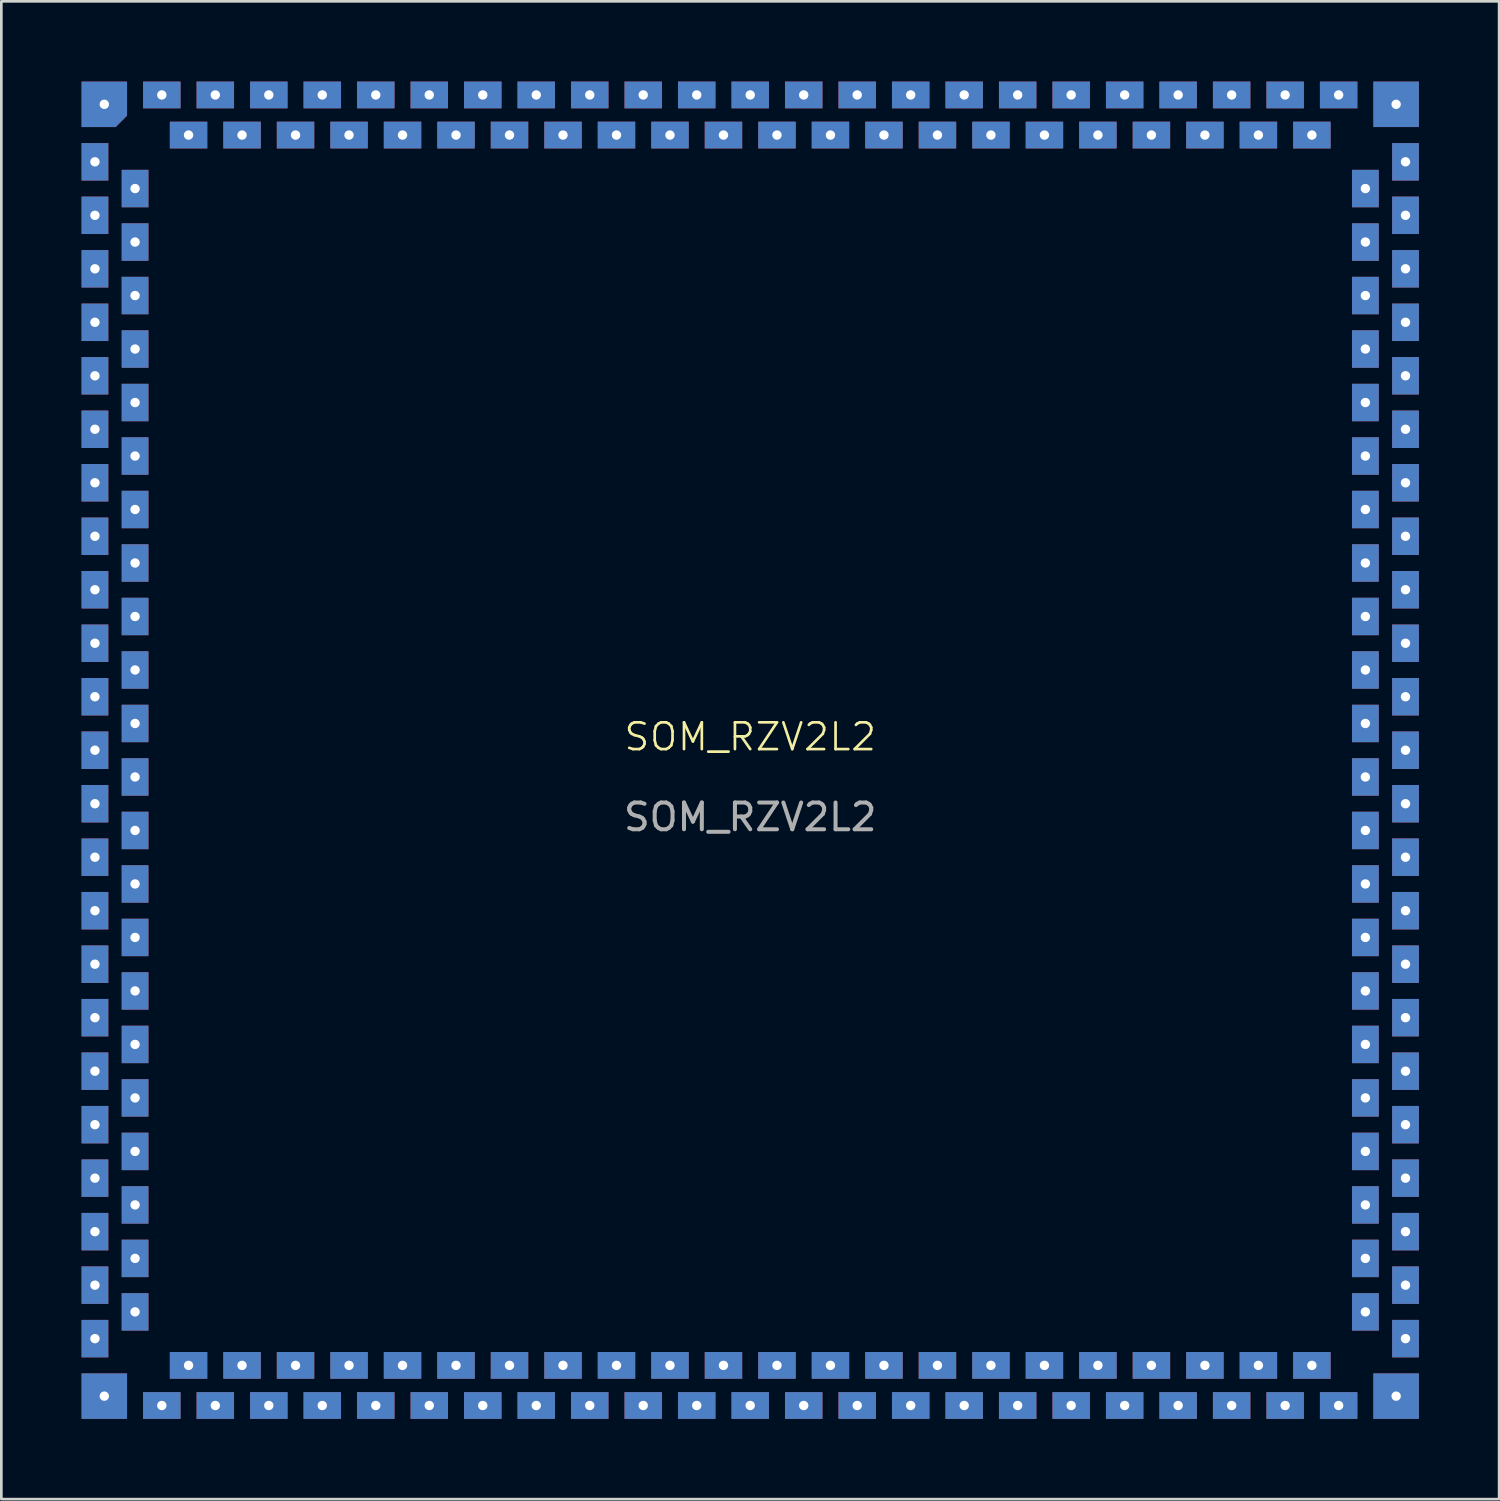
<source format=kicad_pcb>
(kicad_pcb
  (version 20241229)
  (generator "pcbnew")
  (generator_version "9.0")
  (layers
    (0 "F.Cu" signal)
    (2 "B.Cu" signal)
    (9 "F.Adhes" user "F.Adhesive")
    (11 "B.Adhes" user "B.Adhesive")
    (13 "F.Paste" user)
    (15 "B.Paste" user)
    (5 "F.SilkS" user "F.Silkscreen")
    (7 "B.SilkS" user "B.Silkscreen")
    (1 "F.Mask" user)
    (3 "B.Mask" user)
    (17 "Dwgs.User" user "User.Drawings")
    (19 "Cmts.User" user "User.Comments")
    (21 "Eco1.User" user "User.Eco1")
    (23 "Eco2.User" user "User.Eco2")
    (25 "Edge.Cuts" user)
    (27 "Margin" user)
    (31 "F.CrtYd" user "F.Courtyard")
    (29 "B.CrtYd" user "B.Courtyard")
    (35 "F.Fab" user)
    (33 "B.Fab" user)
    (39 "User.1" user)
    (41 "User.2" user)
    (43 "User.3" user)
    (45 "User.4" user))
  (footprint "SOM_RZV2L2"
    (layer "F.Cu")
    (at 25 25)
    (property "Reference" "SOM_RZV2L2" (at 0 -0.5 0) (unlocked yes) (layer "F.SilkS") (effects (font (size 1 1) (thickness 0.1))))
    (attr smd)
    (fp_text user "${REFERENCE}" (at 0 2.5 0) (unlocked yes) (layer "F.Fab") (effects (font (size 1 1) (thickness 0.15))))
    (pad "1" thru_hole circle (at -24.15 -24.15) (size 0.6 0.6) (drill 0.35) (layers "*.Cu" "*.Mask"))
    (pad "1" smd roundrect (at -24.15 -24.15) (size 1.7 1.7) (layers "F.Cu" "F.Mask" "F.Paste") (roundrect_rratio 0) (chamfer_ratio 0.25) (chamfer bottom_right))
    (pad "1" smd roundrect (at -24.15 -24.15) (size 1.7 1.7) (layers "B.Cu" "B.Mask") (roundrect_rratio 0) (chamfer_ratio 0.25) (chamfer bottom_right))
    (pad "2" thru_hole circle (at -24.5 -22) (size 0.6 0.6) (drill 0.35) (layers "*.Cu" "*.Mask"))
    (pad "2" smd rect (at -24.5 -22) (size 1 1.4) (layers "F.Cu" "F.Mask" "F.Paste"))
    (pad "2" smd rect (at -24.5 -22) (size 1 1.4) (layers "B.Cu" "B.Mask"))
    (pad "3" thru_hole circle (at -24.5 -20) (size 0.6 0.6) (drill 0.35) (layers "*.Cu" "*.Mask"))
    (pad "3" smd rect (at -24.5 -20) (size 1 1.4) (layers "F.Cu" "F.Mask" "F.Paste"))
    (pad "3" smd rect (at -24.5 -20) (size 1 1.4) (layers "B.Cu" "B.Mask"))
    (pad "4" thru_hole circle (at -24.5 -18) (size 0.6 0.6) (drill 0.35) (layers "*.Cu" "*.Mask"))
    (pad "4" smd rect (at -24.5 -18) (size 1 1.4) (layers "F.Cu" "F.Mask" "F.Paste"))
    (pad "4" smd rect (at -24.5 -18) (size 1 1.4) (layers "B.Cu" "B.Mask"))
    (pad "5" thru_hole circle (at -24.5 -16) (size 0.6 0.6) (drill 0.35) (layers "*.Cu" "*.Mask"))
    (pad "5" smd rect (at -24.5 -16) (size 1 1.4) (layers "F.Cu" "F.Mask" "F.Paste"))
    (pad "5" smd rect (at -24.5 -16) (size 1 1.4) (layers "B.Cu" "B.Mask"))
    (pad "6" thru_hole circle (at -24.5 -14) (size 0.6 0.6) (drill 0.35) (layers "*.Cu" "*.Mask"))
    (pad "6" smd rect (at -24.5 -14) (size 1 1.4) (layers "F.Cu" "F.Mask" "F.Paste"))
    (pad "6" smd rect (at -24.5 -14) (size 1 1.4) (layers "B.Cu" "B.Mask"))
    (pad "7" thru_hole circle (at -24.5 -12) (size 0.6 0.6) (drill 0.35) (layers "*.Cu" "*.Mask"))
    (pad "7" smd rect (at -24.5 -12) (size 1 1.4) (layers "F.Cu" "F.Mask" "F.Paste"))
    (pad "7" smd rect (at -24.5 -12) (size 1 1.4) (layers "B.Cu" "B.Mask"))
    (pad "8" thru_hole circle (at -24.5 -10) (size 0.6 0.6) (drill 0.35) (layers "*.Cu" "*.Mask"))
    (pad "8" smd rect (at -24.5 -10) (size 1 1.4) (layers "F.Cu" "F.Mask" "F.Paste"))
    (pad "8" smd rect (at -24.5 -10) (size 1 1.4) (layers "B.Cu" "B.Mask"))
    (pad "9" thru_hole circle (at -24.5 -8) (size 0.6 0.6) (drill 0.35) (layers "*.Cu" "*.Mask"))
    (pad "9" smd rect (at -24.5 -8) (size 1 1.4) (layers "F.Cu" "F.Mask" "F.Paste"))
    (pad "9" smd rect (at -24.5 -8) (size 1 1.4) (layers "B.Cu" "B.Mask"))
    (pad "10" thru_hole circle (at -24.5 -6) (size 0.6 0.6) (drill 0.35) (layers "*.Cu" "*.Mask"))
    (pad "10" smd rect (at -24.5 -6) (size 1 1.4) (layers "F.Cu" "F.Mask" "F.Paste"))
    (pad "10" smd rect (at -24.5 -6) (size 1 1.4) (layers "B.Cu" "B.Mask"))
    (pad "11" thru_hole circle (at -24.5 -4) (size 0.6 0.6) (drill 0.35) (layers "*.Cu" "*.Mask"))
    (pad "11" smd rect (at -24.5 -4) (size 1 1.4) (layers "F.Cu" "F.Mask" "F.Paste"))
    (pad "11" smd rect (at -24.5 -4) (size 1 1.4) (layers "B.Cu" "B.Mask"))
    (pad "12" thru_hole circle (at -24.5 -2) (size 0.6 0.6) (drill 0.35) (layers "*.Cu" "*.Mask"))
    (pad "12" smd rect (at -24.5 -2) (size 1 1.4) (layers "F.Cu" "F.Mask" "F.Paste"))
    (pad "12" smd rect (at -24.5 -2) (size 1 1.4) (layers "B.Cu" "B.Mask"))
    (pad "13" thru_hole circle (at -24.5 0) (size 0.6 0.6) (drill 0.35) (layers "*.Cu" "*.Mask"))
    (pad "13" smd rect (at -24.5 0) (size 1 1.4) (layers "F.Cu" "F.Mask" "F.Paste"))
    (pad "13" smd rect (at -24.5 0) (size 1 1.4) (layers "B.Cu" "B.Mask"))
    (pad "14" thru_hole circle (at -24.5 2) (size 0.6 0.6) (drill 0.35) (layers "*.Cu" "*.Mask"))
    (pad "14" smd rect (at -24.5 2) (size 1 1.4) (layers "F.Cu" "F.Mask" "F.Paste"))
    (pad "14" smd rect (at -24.5 2) (size 1 1.4) (layers "B.Cu" "B.Mask"))
    (pad "15" thru_hole circle (at -24.5 4) (size 0.6 0.6) (drill 0.35) (layers "*.Cu" "*.Mask"))
    (pad "15" smd rect (at -24.5 4) (size 1 1.4) (layers "F.Cu" "F.Mask" "F.Paste"))
    (pad "15" smd rect (at -24.5 4) (size 1 1.4) (layers "B.Cu" "B.Mask"))
    (pad "16" thru_hole circle (at -24.5 6) (size 0.6 0.6) (drill 0.35) (layers "*.Cu" "*.Mask"))
    (pad "16" smd rect (at -24.5 6) (size 1 1.4) (layers "F.Cu" "F.Mask" "F.Paste"))
    (pad "16" smd rect (at -24.5 6) (size 1 1.4) (layers "B.Cu" "B.Mask"))
    (pad "17" thru_hole circle (at -24.5 8) (size 0.6 0.6) (drill 0.35) (layers "*.Cu" "*.Mask"))
    (pad "17" smd rect (at -24.5 8) (size 1 1.4) (layers "F.Cu" "F.Mask" "F.Paste"))
    (pad "17" smd rect (at -24.5 8) (size 1 1.4) (layers "B.Cu" "B.Mask"))
    (pad "18" thru_hole circle (at -24.5 10) (size 0.6 0.6) (drill 0.35) (layers "*.Cu" "*.Mask"))
    (pad "18" smd rect (at -24.5 10) (size 1 1.4) (layers "F.Cu" "F.Mask" "F.Paste"))
    (pad "18" smd rect (at -24.5 10) (size 1 1.4) (layers "B.Cu" "B.Mask"))
    (pad "19" thru_hole circle (at -24.5 12) (size 0.6 0.6) (drill 0.35) (layers "*.Cu" "*.Mask"))
    (pad "19" smd rect (at -24.5 12) (size 1 1.4) (layers "F.Cu" "F.Mask" "F.Paste"))
    (pad "19" smd rect (at -24.5 12) (size 1 1.4) (layers "B.Cu" "B.Mask"))
    (pad "20" thru_hole circle (at -24.5 14) (size 0.6 0.6) (drill 0.35) (layers "*.Cu" "*.Mask"))
    (pad "20" smd rect (at -24.5 14) (size 1 1.4) (layers "F.Cu" "F.Mask" "F.Paste"))
    (pad "20" smd rect (at -24.5 14) (size 1 1.4) (layers "B.Cu" "B.Mask"))
    (pad "21" thru_hole circle (at -24.5 16) (size 0.6 0.6) (drill 0.35) (layers "*.Cu" "*.Mask"))
    (pad "21" smd rect (at -24.5 16) (size 1 1.4) (layers "F.Cu" "F.Mask" "F.Paste"))
    (pad "21" smd rect (at -24.5 16) (size 1 1.4) (layers "B.Cu" "B.Mask"))
    (pad "22" thru_hole circle (at -24.5 18) (size 0.6 0.6) (drill 0.35) (layers "*.Cu" "*.Mask"))
    (pad "22" smd rect (at -24.5 18) (size 1 1.4) (layers "F.Cu" "F.Mask" "F.Paste"))
    (pad "22" smd rect (at -24.5 18) (size 1 1.4) (layers "B.Cu" "B.Mask"))
    (pad "23" thru_hole circle (at -24.5 20) (size 0.6 0.6) (drill 0.35) (layers "*.Cu" "*.Mask"))
    (pad "23" smd rect (at -24.5 20) (size 1 1.4) (layers "F.Cu" "F.Mask" "F.Paste"))
    (pad "23" smd rect (at -24.5 20) (size 1 1.4) (layers "B.Cu" "B.Mask"))
    (pad "24" thru_hole circle (at -24.5 22) (size 0.6 0.6) (drill 0.35) (layers "*.Cu" "*.Mask"))
    (pad "24" smd rect (at -24.5 22) (size 1 1.4) (layers "F.Cu" "F.Mask" "F.Paste"))
    (pad "24" smd rect (at -24.5 22) (size 1 1.4) (layers "B.Cu" "B.Mask"))
    (pad "25" thru_hole circle (at -24.15 24.15) (size 0.6 0.6) (drill 0.35) (layers "*.Cu" "*.Mask"))
    (pad "25" smd rect (at -24.15 24.15) (size 1.7 1.7) (layers "F.Cu" "F.Mask" "F.Paste"))
    (pad "25" smd rect (at -24.15 24.15) (size 1.7 1.7) (layers "B.Cu" "B.Mask"))
    (pad "26" thru_hole circle (at -22 24.5) (size 0.6 0.6) (drill 0.35) (layers "*.Cu" "*.Mask"))
    (pad "26" smd rect (at -22 24.5) (size 1.4 1) (layers "F.Cu" "F.Mask" "F.Paste"))
    (pad "26" smd rect (at -22 24.5) (size 1.4 1) (layers "B.Cu" "B.Mask"))
    (pad "27" thru_hole circle (at -20 24.5) (size 0.6 0.6) (drill 0.35) (layers "*.Cu" "*.Mask"))
    (pad "27" smd rect (at -20 24.5) (size 1.4 1) (layers "F.Cu" "F.Mask" "F.Paste"))
    (pad "27" smd rect (at -20 24.5) (size 1.4 1) (layers "B.Cu" "B.Mask"))
    (pad "28" thru_hole circle (at -18 24.5) (size 0.6 0.6) (drill 0.35) (layers "*.Cu" "*.Mask"))
    (pad "28" smd rect (at -18 24.5) (size 1.4 1) (layers "F.Cu" "F.Mask" "F.Paste"))
    (pad "28" smd rect (at -18 24.5) (size 1.4 1) (layers "B.Cu" "B.Mask"))
    (pad "29" thru_hole circle (at -16 24.5) (size 0.6 0.6) (drill 0.35) (layers "*.Cu" "*.Mask"))
    (pad "29" smd rect (at -16 24.5) (size 1.4 1) (layers "F.Cu" "F.Mask" "F.Paste"))
    (pad "29" smd rect (at -16 24.5) (size 1.4 1) (layers "B.Cu" "B.Mask"))
    (pad "30" thru_hole circle (at -14 24.5) (size 0.6 0.6) (drill 0.35) (layers "*.Cu" "*.Mask"))
    (pad "30" smd rect (at -14 24.5) (size 1.4 1) (layers "F.Cu" "F.Mask" "F.Paste"))
    (pad "30" smd rect (at -14 24.5) (size 1.4 1) (layers "B.Cu" "B.Mask"))
    (pad "31" thru_hole circle (at -12 24.5) (size 0.6 0.6) (drill 0.35) (layers "*.Cu" "*.Mask"))
    (pad "31" smd rect (at -12 24.5) (size 1.4 1) (layers "F.Cu" "F.Mask" "F.Paste"))
    (pad "31" smd rect (at -12 24.5) (size 1.4 1) (layers "B.Cu" "B.Mask"))
    (pad "32" thru_hole circle (at -10 24.5) (size 0.6 0.6) (drill 0.35) (layers "*.Cu" "*.Mask"))
    (pad "32" smd rect (at -10 24.5) (size 1.4 1) (layers "F.Cu" "F.Mask" "F.Paste"))
    (pad "32" smd rect (at -10 24.5) (size 1.4 1) (layers "B.Cu" "B.Mask"))
    (pad "33" thru_hole circle (at -8 24.5) (size 0.6 0.6) (drill 0.35) (layers "*.Cu" "*.Mask"))
    (pad "33" smd rect (at -8 24.5) (size 1.4 1) (layers "F.Cu" "F.Mask" "F.Paste"))
    (pad "33" smd rect (at -8 24.5) (size 1.4 1) (layers "B.Cu" "B.Mask"))
    (pad "34" thru_hole circle (at -6 24.5) (size 0.6 0.6) (drill 0.35) (layers "*.Cu" "*.Mask"))
    (pad "34" smd rect (at -6 24.5) (size 1.4 1) (layers "F.Cu" "F.Mask" "F.Paste"))
    (pad "34" smd rect (at -6 24.5) (size 1.4 1) (layers "B.Cu" "B.Mask"))
    (pad "35" thru_hole circle (at -4 24.5) (size 0.6 0.6) (drill 0.35) (layers "*.Cu" "*.Mask"))
    (pad "35" smd rect (at -4 24.5) (size 1.4 1) (layers "F.Cu" "F.Mask" "F.Paste"))
    (pad "35" smd rect (at -4 24.5) (size 1.4 1) (layers "B.Cu" "B.Mask"))
    (pad "36" thru_hole circle (at -2 24.5) (size 0.6 0.6) (drill 0.35) (layers "*.Cu" "*.Mask"))
    (pad "36" smd rect (at -2 24.5) (size 1.4 1) (layers "F.Cu" "F.Mask" "F.Paste"))
    (pad "36" smd rect (at -2 24.5) (size 1.4 1) (layers "B.Cu" "B.Mask"))
    (pad "37" thru_hole circle (at 0 24.5) (size 0.6 0.6) (drill 0.35) (layers "*.Cu" "*.Mask"))
    (pad "37" smd rect (at 0 24.5) (size 1.4 1) (layers "F.Cu" "F.Mask" "F.Paste"))
    (pad "37" smd rect (at 0 24.5) (size 1.4 1) (layers "B.Cu" "B.Mask"))
    (pad "38" thru_hole circle (at 2 24.5) (size 0.6 0.6) (drill 0.35) (layers "*.Cu" "*.Mask"))
    (pad "38" smd rect (at 2 24.5) (size 1.4 1) (layers "F.Cu" "F.Mask" "F.Paste"))
    (pad "38" smd rect (at 2 24.5) (size 1.4 1) (layers "B.Cu" "B.Mask"))
    (pad "39" thru_hole circle (at 4 24.5) (size 0.6 0.6) (drill 0.35) (layers "*.Cu" "*.Mask"))
    (pad "39" smd rect (at 4 24.5) (size 1.4 1) (layers "F.Cu" "F.Mask" "F.Paste"))
    (pad "39" smd rect (at 4 24.5) (size 1.4 1) (layers "B.Cu" "B.Mask"))
    (pad "40" thru_hole circle (at 6 24.5) (size 0.6 0.6) (drill 0.35) (layers "*.Cu" "*.Mask"))
    (pad "40" smd rect (at 6 24.5) (size 1.4 1) (layers "F.Cu" "F.Mask" "F.Paste"))
    (pad "40" smd rect (at 6 24.5) (size 1.4 1) (layers "B.Cu" "B.Mask"))
    (pad "41" thru_hole circle (at 8 24.5) (size 0.6 0.6) (drill 0.35) (layers "*.Cu" "*.Mask"))
    (pad "41" smd rect (at 8 24.5) (size 1.4 1) (layers "F.Cu" "F.Mask" "F.Paste"))
    (pad "41" smd rect (at 8 24.5) (size 1.4 1) (layers "B.Cu" "B.Mask"))
    (pad "42" thru_hole circle (at 10 24.5) (size 0.6 0.6) (drill 0.35) (layers "*.Cu" "*.Mask"))
    (pad "42" smd rect (at 10 24.5) (size 1.4 1) (layers "F.Cu" "F.Mask" "F.Paste"))
    (pad "42" smd rect (at 10 24.5) (size 1.4 1) (layers "B.Cu" "B.Mask"))
    (pad "43" thru_hole circle (at 12 24.5) (size 0.6 0.6) (drill 0.35) (layers "*.Cu" "*.Mask"))
    (pad "43" smd rect (at 12 24.5) (size 1.4 1) (layers "F.Cu" "F.Mask" "F.Paste"))
    (pad "43" smd rect (at 12 24.5) (size 1.4 1) (layers "B.Cu" "B.Mask"))
    (pad "44" thru_hole circle (at 14 24.5) (size 0.6 0.6) (drill 0.35) (layers "*.Cu" "*.Mask"))
    (pad "44" smd rect (at 14 24.5) (size 1.4 1) (layers "F.Cu" "F.Mask" "F.Paste"))
    (pad "44" smd rect (at 14 24.5) (size 1.4 1) (layers "B.Cu" "B.Mask"))
    (pad "45" thru_hole circle (at 16 24.5) (size 0.6 0.6) (drill 0.35) (layers "*.Cu" "*.Mask"))
    (pad "45" smd rect (at 16 24.5) (size 1.4 1) (layers "F.Cu" "F.Mask" "F.Paste"))
    (pad "45" smd rect (at 16 24.5) (size 1.4 1) (layers "B.Cu" "B.Mask"))
    (pad "46" thru_hole circle (at 18 24.5) (size 0.6 0.6) (drill 0.35) (layers "*.Cu" "*.Mask"))
    (pad "46" smd rect (at 18 24.5) (size 1.4 1) (layers "F.Cu" "F.Mask" "F.Paste"))
    (pad "46" smd rect (at 18 24.5) (size 1.4 1) (layers "B.Cu" "B.Mask"))
    (pad "47" thru_hole circle (at 20 24.5) (size 0.6 0.6) (drill 0.35) (layers "*.Cu" "*.Mask"))
    (pad "47" smd rect (at 20 24.5) (size 1.4 1) (layers "F.Cu" "F.Mask" "F.Paste"))
    (pad "47" smd rect (at 20 24.5) (size 1.4 1) (layers "B.Cu" "B.Mask"))
    (pad "48" thru_hole circle (at 22 24.5) (size 0.6 0.6) (drill 0.35) (layers "*.Cu" "*.Mask"))
    (pad "48" smd rect (at 22 24.5) (size 1.4 1) (layers "F.Cu" "F.Mask" "F.Paste"))
    (pad "48" smd rect (at 22 24.5) (size 1.4 1) (layers "B.Cu" "B.Mask"))
    (pad "49" thru_hole circle (at 24.15 24.15) (size 0.6 0.6) (drill 0.35) (layers "*.Cu" "*.Mask"))
    (pad "49" smd rect (at 24.15 24.15) (size 1.7 1.7) (layers "F.Cu" "F.Mask" "F.Paste"))
    (pad "49" smd rect (at 24.15 24.15) (size 1.7 1.7) (layers "B.Cu" "B.Mask"))
    (pad "50" thru_hole circle (at 24.5 22) (size 0.6 0.6) (drill 0.35) (layers "*.Cu" "*.Mask"))
    (pad "50" smd rect (at 24.5 22) (size 1 1.4) (layers "F.Cu" "F.Mask" "F.Paste"))
    (pad "50" smd rect (at 24.5 22) (size 1 1.4) (layers "B.Cu" "B.Mask"))
    (pad "51" thru_hole circle (at 24.5 20) (size 0.6 0.6) (drill 0.35) (layers "*.Cu" "*.Mask"))
    (pad "51" smd rect (at 24.5 20) (size 1 1.4) (layers "F.Cu" "F.Mask" "F.Paste"))
    (pad "51" smd rect (at 24.5 20) (size 1 1.4) (layers "B.Cu" "B.Mask"))
    (pad "52" thru_hole circle (at 24.5 18) (size 0.6 0.6) (drill 0.35) (layers "*.Cu" "*.Mask"))
    (pad "52" smd rect (at 24.5 18) (size 1 1.4) (layers "F.Cu" "F.Mask" "F.Paste"))
    (pad "52" smd rect (at 24.5 18) (size 1 1.4) (layers "B.Cu" "B.Mask"))
    (pad "53" thru_hole circle (at 24.5 16) (size 0.6 0.6) (drill 0.35) (layers "*.Cu" "*.Mask"))
    (pad "53" smd rect (at 24.5 16) (size 1 1.4) (layers "F.Cu" "F.Mask" "F.Paste"))
    (pad "53" smd rect (at 24.5 16) (size 1 1.4) (layers "B.Cu" "B.Mask"))
    (pad "54" thru_hole circle (at 24.5 14) (size 0.6 0.6) (drill 0.35) (layers "*.Cu" "*.Mask"))
    (pad "54" smd rect (at 24.5 14) (size 1 1.4) (layers "F.Cu" "F.Mask" "F.Paste"))
    (pad "54" smd rect (at 24.5 14) (size 1 1.4) (layers "B.Cu" "B.Mask"))
    (pad "55" thru_hole circle (at 24.5 12) (size 0.6 0.6) (drill 0.35) (layers "*.Cu" "*.Mask"))
    (pad "55" smd rect (at 24.5 12) (size 1 1.4) (layers "F.Cu" "F.Mask" "F.Paste"))
    (pad "55" smd rect (at 24.5 12) (size 1 1.4) (layers "B.Cu" "B.Mask"))
    (pad "56" thru_hole circle (at 24.5 10) (size 0.6 0.6) (drill 0.35) (layers "*.Cu" "*.Mask"))
    (pad "56" smd rect (at 24.5 10) (size 1 1.4) (layers "F.Cu" "F.Mask" "F.Paste"))
    (pad "56" smd rect (at 24.5 10) (size 1 1.4) (layers "B.Cu" "B.Mask"))
    (pad "57" thru_hole circle (at 24.5 8) (size 0.6 0.6) (drill 0.35) (layers "*.Cu" "*.Mask"))
    (pad "57" smd rect (at 24.5 8) (size 1 1.4) (layers "F.Cu" "F.Mask" "F.Paste"))
    (pad "57" smd rect (at 24.5 8) (size 1 1.4) (layers "B.Cu" "B.Mask"))
    (pad "58" thru_hole circle (at 24.5 6) (size 0.6 0.6) (drill 0.35) (layers "*.Cu" "*.Mask"))
    (pad "58" smd rect (at 24.5 6) (size 1 1.4) (layers "F.Cu" "F.Mask" "F.Paste"))
    (pad "58" smd rect (at 24.5 6) (size 1 1.4) (layers "B.Cu" "B.Mask"))
    (pad "59" thru_hole circle (at 24.5 4) (size 0.6 0.6) (drill 0.35) (layers "*.Cu" "*.Mask"))
    (pad "59" smd rect (at 24.5 4) (size 1 1.4) (layers "F.Cu" "F.Mask" "F.Paste"))
    (pad "59" smd rect (at 24.5 4) (size 1 1.4) (layers "B.Cu" "B.Mask"))
    (pad "60" thru_hole circle (at 24.5 2) (size 0.6 0.6) (drill 0.35) (layers "*.Cu" "*.Mask"))
    (pad "60" smd rect (at 24.5 2) (size 1 1.4) (layers "F.Cu" "F.Mask" "F.Paste"))
    (pad "60" smd rect (at 24.5 2) (size 1 1.4) (layers "B.Cu" "B.Mask"))
    (pad "61" thru_hole circle (at 24.5 0) (size 0.6 0.6) (drill 0.35) (layers "*.Cu" "*.Mask"))
    (pad "61" smd rect (at 24.5 0) (size 1 1.4) (layers "F.Cu" "F.Mask" "F.Paste"))
    (pad "61" smd rect (at 24.5 0) (size 1 1.4) (layers "B.Cu" "B.Mask"))
    (pad "62" thru_hole circle (at 24.5 -2) (size 0.6 0.6) (drill 0.35) (layers "*.Cu" "*.Mask"))
    (pad "62" smd rect (at 24.5 -2) (size 1 1.4) (layers "F.Cu" "F.Mask" "F.Paste"))
    (pad "62" smd rect (at 24.5 -2) (size 1 1.4) (layers "B.Cu" "B.Mask"))
    (pad "63" thru_hole circle (at 24.5 -4) (size 0.6 0.6) (drill 0.35) (layers "*.Cu" "*.Mask"))
    (pad "63" smd rect (at 24.5 -4) (size 1 1.4) (layers "F.Cu" "F.Mask" "F.Paste"))
    (pad "63" smd rect (at 24.5 -4) (size 1 1.4) (layers "B.Cu" "B.Mask"))
    (pad "64" thru_hole circle (at 24.5 -6) (size 0.6 0.6) (drill 0.35) (layers "*.Cu" "*.Mask"))
    (pad "64" smd rect (at 24.5 -6) (size 1 1.4) (layers "F.Cu" "F.Mask" "F.Paste"))
    (pad "64" smd rect (at 24.5 -6) (size 1 1.4) (layers "B.Cu" "B.Mask"))
    (pad "65" thru_hole circle (at 24.5 -8) (size 0.6 0.6) (drill 0.35) (layers "*.Cu" "*.Mask"))
    (pad "65" smd rect (at 24.5 -8) (size 1 1.4) (layers "F.Cu" "F.Mask" "F.Paste"))
    (pad "65" smd rect (at 24.5 -8) (size 1 1.4) (layers "B.Cu" "B.Mask"))
    (pad "66" thru_hole circle (at 24.5 -10) (size 0.6 0.6) (drill 0.35) (layers "*.Cu" "*.Mask"))
    (pad "66" smd rect (at 24.5 -10) (size 1 1.4) (layers "F.Cu" "F.Mask" "F.Paste"))
    (pad "66" smd rect (at 24.5 -10) (size 1 1.4) (layers "B.Cu" "B.Mask"))
    (pad "67" thru_hole circle (at 24.5 -12) (size 0.6 0.6) (drill 0.35) (layers "*.Cu" "*.Mask"))
    (pad "67" smd rect (at 24.5 -12) (size 1 1.4) (layers "F.Cu" "F.Mask" "F.Paste"))
    (pad "67" smd rect (at 24.5 -12) (size 1 1.4) (layers "B.Cu" "B.Mask"))
    (pad "68" thru_hole circle (at 24.5 -14) (size 0.6 0.6) (drill 0.35) (layers "*.Cu" "*.Mask"))
    (pad "68" smd rect (at 24.5 -14) (size 1 1.4) (layers "F.Cu" "F.Mask" "F.Paste"))
    (pad "68" smd rect (at 24.5 -14) (size 1 1.4) (layers "B.Cu" "B.Mask"))
    (pad "69" thru_hole circle (at 24.5 -16) (size 0.6 0.6) (drill 0.35) (layers "*.Cu" "*.Mask"))
    (pad "69" smd rect (at 24.5 -16) (size 1 1.4) (layers "F.Cu" "F.Mask" "F.Paste"))
    (pad "69" smd rect (at 24.5 -16) (size 1 1.4) (layers "B.Cu" "B.Mask"))
    (pad "70" thru_hole circle (at 24.5 -18) (size 0.6 0.6) (drill 0.35) (layers "*.Cu" "*.Mask"))
    (pad "70" smd rect (at 24.5 -18) (size 1 1.4) (layers "F.Cu" "F.Mask" "F.Paste"))
    (pad "70" smd rect (at 24.5 -18) (size 1 1.4) (layers "B.Cu" "B.Mask"))
    (pad "71" thru_hole circle (at 24.5 -20) (size 0.6 0.6) (drill 0.35) (layers "*.Cu" "*.Mask"))
    (pad "71" smd rect (at 24.5 -20) (size 1 1.4) (layers "F.Cu" "F.Mask" "F.Paste"))
    (pad "71" smd rect (at 24.5 -20) (size 1 1.4) (layers "B.Cu" "B.Mask"))
    (pad "72" thru_hole circle (at 24.5 -22) (size 0.6 0.6) (drill 0.35) (layers "*.Cu" "*.Mask"))
    (pad "72" smd rect (at 24.5 -22) (size 1 1.4) (layers "F.Cu" "F.Mask" "F.Paste"))
    (pad "72" smd rect (at 24.5 -22) (size 1 1.4) (layers "B.Cu" "B.Mask"))
    (pad "73" thru_hole circle (at 24.15 -24.15) (size 0.6 0.6) (drill 0.35) (layers "*.Cu" "*.Mask"))
    (pad "73" smd rect (at 24.15 -24.15) (size 1.7 1.7) (layers "F.Cu" "F.Mask" "F.Paste"))
    (pad "73" smd rect (at 24.15 -24.15) (size 1.7 1.7) (layers "B.Cu" "B.Mask"))
    (pad "74" thru_hole circle (at 22 -24.5) (size 0.6 0.6) (drill 0.35) (layers "*.Cu" "*.Mask"))
    (pad "74" smd rect (at 22 -24.5) (size 1.4 1) (layers "F.Cu" "F.Mask" "F.Paste"))
    (pad "74" smd rect (at 22 -24.5) (size 1.4 1) (layers "B.Cu" "B.Mask"))
    (pad "75" thru_hole circle (at 20 -24.5) (size 0.6 0.6) (drill 0.35) (layers "*.Cu" "*.Mask"))
    (pad "75" smd rect (at 20 -24.5) (size 1.4 1) (layers "F.Cu" "F.Mask" "F.Paste"))
    (pad "75" smd rect (at 20 -24.5) (size 1.4 1) (layers "B.Cu" "B.Mask"))
    (pad "76" thru_hole circle (at 18 -24.5) (size 0.6 0.6) (drill 0.35) (layers "*.Cu" "*.Mask"))
    (pad "76" smd rect (at 18 -24.5) (size 1.4 1) (layers "F.Cu" "F.Mask" "F.Paste"))
    (pad "76" smd rect (at 18 -24.5) (size 1.4 1) (layers "B.Cu" "B.Mask"))
    (pad "77" thru_hole circle (at 16 -24.5) (size 0.6 0.6) (drill 0.35) (layers "*.Cu" "*.Mask"))
    (pad "77" smd rect (at 16 -24.5) (size 1.4 1) (layers "F.Cu" "F.Mask" "F.Paste"))
    (pad "77" smd rect (at 16 -24.5) (size 1.4 1) (layers "B.Cu" "B.Mask"))
    (pad "78" thru_hole circle (at 14 -24.5) (size 0.6 0.6) (drill 0.35) (layers "*.Cu" "*.Mask"))
    (pad "78" smd rect (at 14 -24.5) (size 1.4 1) (layers "F.Cu" "F.Mask" "F.Paste"))
    (pad "78" smd rect (at 14 -24.5) (size 1.4 1) (layers "B.Cu" "B.Mask"))
    (pad "79" thru_hole circle (at 12 -24.5) (size 0.6 0.6) (drill 0.35) (layers "*.Cu" "*.Mask"))
    (pad "79" smd rect (at 12 -24.5) (size 1.4 1) (layers "F.Cu" "F.Mask" "F.Paste"))
    (pad "79" smd rect (at 12 -24.5) (size 1.4 1) (layers "B.Cu" "B.Mask"))
    (pad "80" thru_hole circle (at 10 -24.5) (size 0.6 0.6) (drill 0.35) (layers "*.Cu" "*.Mask"))
    (pad "80" smd rect (at 10 -24.5) (size 1.4 1) (layers "F.Cu" "F.Mask" "F.Paste"))
    (pad "80" smd rect (at 10 -24.5) (size 1.4 1) (layers "B.Cu" "B.Mask"))
    (pad "81" thru_hole circle (at 8 -24.5) (size 0.6 0.6) (drill 0.35) (layers "*.Cu" "*.Mask"))
    (pad "81" smd rect (at 8 -24.5) (size 1.4 1) (layers "F.Cu" "F.Mask" "F.Paste"))
    (pad "81" smd rect (at 8 -24.5) (size 1.4 1) (layers "B.Cu" "B.Mask"))
    (pad "82" thru_hole circle (at 6 -24.5) (size 0.6 0.6) (drill 0.35) (layers "*.Cu" "*.Mask"))
    (pad "82" smd rect (at 6 -24.5) (size 1.4 1) (layers "F.Cu" "F.Mask" "F.Paste"))
    (pad "82" smd rect (at 6 -24.5) (size 1.4 1) (layers "B.Cu" "B.Mask"))
    (pad "83" thru_hole circle (at 4 -24.5) (size 0.6 0.6) (drill 0.35) (layers "*.Cu" "*.Mask"))
    (pad "83" smd rect (at 4 -24.5) (size 1.4 1) (layers "F.Cu" "F.Mask" "F.Paste"))
    (pad "83" smd rect (at 4 -24.5) (size 1.4 1) (layers "B.Cu" "B.Mask"))
    (pad "84" thru_hole circle (at 2 -24.5) (size 0.6 0.6) (drill 0.35) (layers "*.Cu" "*.Mask"))
    (pad "84" smd rect (at 2 -24.5) (size 1.4 1) (layers "F.Cu" "F.Mask" "F.Paste"))
    (pad "84" smd rect (at 2 -24.5) (size 1.4 1) (layers "B.Cu" "B.Mask"))
    (pad "85" thru_hole circle (at 0 -24.5) (size 0.6 0.6) (drill 0.35) (layers "*.Cu" "*.Mask"))
    (pad "85" smd rect (at 0 -24.5) (size 1.4 1) (layers "F.Cu" "F.Mask" "F.Paste"))
    (pad "85" smd rect (at 0 -24.5) (size 1.4 1) (layers "B.Cu" "B.Mask"))
    (pad "86" thru_hole circle (at -2 -24.5) (size 0.6 0.6) (drill 0.35) (layers "*.Cu" "*.Mask"))
    (pad "86" smd rect (at -2 -24.5) (size 1.4 1) (layers "F.Cu" "F.Mask" "F.Paste"))
    (pad "86" smd rect (at -2 -24.5) (size 1.4 1) (layers "B.Cu" "B.Mask"))
    (pad "87" thru_hole circle (at -4 -24.5) (size 0.6 0.6) (drill 0.35) (layers "*.Cu" "*.Mask"))
    (pad "87" smd rect (at -4 -24.5) (size 1.4 1) (layers "F.Cu" "F.Mask" "F.Paste"))
    (pad "87" smd rect (at -4 -24.5) (size 1.4 1) (layers "B.Cu" "B.Mask"))
    (pad "88" thru_hole circle (at -6 -24.5) (size 0.6 0.6) (drill 0.35) (layers "*.Cu" "*.Mask"))
    (pad "88" smd rect (at -6 -24.5) (size 1.4 1) (layers "F.Cu" "F.Mask" "F.Paste"))
    (pad "88" smd rect (at -6 -24.5) (size 1.4 1) (layers "B.Cu" "B.Mask"))
    (pad "89" thru_hole circle (at -8 -24.5) (size 0.6 0.6) (drill 0.35) (layers "*.Cu" "*.Mask"))
    (pad "89" smd rect (at -8 -24.5) (size 1.4 1) (layers "F.Cu" "F.Mask" "F.Paste"))
    (pad "89" smd rect (at -8 -24.5) (size 1.4 1) (layers "B.Cu" "B.Mask"))
    (pad "90" thru_hole circle (at -10 -24.5) (size 0.6 0.6) (drill 0.35) (layers "*.Cu" "*.Mask"))
    (pad "90" smd rect (at -10 -24.5) (size 1.4 1) (layers "F.Cu" "F.Mask" "F.Paste"))
    (pad "90" smd rect (at -10 -24.5) (size 1.4 1) (layers "B.Cu" "B.Mask"))
    (pad "91" thru_hole circle (at -12 -24.5) (size 0.6 0.6) (drill 0.35) (layers "*.Cu" "*.Mask"))
    (pad "91" smd rect (at -12 -24.5) (size 1.4 1) (layers "F.Cu" "F.Mask" "F.Paste"))
    (pad "91" smd rect (at -12 -24.5) (size 1.4 1) (layers "B.Cu" "B.Mask"))
    (pad "92" thru_hole circle (at -14 -24.5) (size 0.6 0.6) (drill 0.35) (layers "*.Cu" "*.Mask"))
    (pad "92" smd rect (at -14 -24.5) (size 1.4 1) (layers "F.Cu" "F.Mask" "F.Paste"))
    (pad "92" smd rect (at -14 -24.5) (size 1.4 1) (layers "B.Cu" "B.Mask"))
    (pad "93" thru_hole circle (at -16 -24.5) (size 0.6 0.6) (drill 0.35) (layers "*.Cu" "*.Mask"))
    (pad "93" smd rect (at -16 -24.5) (size 1.4 1) (layers "F.Cu" "F.Mask" "F.Paste"))
    (pad "93" smd rect (at -16 -24.5) (size 1.4 1) (layers "B.Cu" "B.Mask"))
    (pad "94" thru_hole circle (at -18 -24.5) (size 0.6 0.6) (drill 0.35) (layers "*.Cu" "*.Mask"))
    (pad "94" smd rect (at -18 -24.5) (size 1.4 1) (layers "F.Cu" "F.Mask" "F.Paste"))
    (pad "94" smd rect (at -18 -24.5) (size 1.4 1) (layers "B.Cu" "B.Mask"))
    (pad "95" thru_hole circle (at -20 -24.5) (size 0.6 0.6) (drill 0.35) (layers "*.Cu" "*.Mask"))
    (pad "95" smd rect (at -20 -24.5) (size 1.4 1) (layers "F.Cu" "F.Mask" "F.Paste"))
    (pad "95" smd rect (at -20 -24.5) (size 1.4 1) (layers "B.Cu" "B.Mask"))
    (pad "96" thru_hole circle (at -22 -24.5) (size 0.6 0.6) (drill 0.35) (layers "*.Cu" "*.Mask"))
    (pad "96" smd rect (at -22 -24.5) (size 1.4 1) (layers "F.Cu" "F.Mask" "F.Paste"))
    (pad "96" smd rect (at -22 -24.5) (size 1.4 1) (layers "B.Cu" "B.Mask"))
    (pad "96" thru_hole circle (at 21 -23) (size 0.6 0.6) (drill 0.35) (layers "*.Cu" "*.Mask"))
    (pad "96" smd rect (at 21 -23) (size 1.4 1) (layers "F.Cu" "F.Mask" "F.Paste"))
    (pad "97" thru_hole circle (at -23 -21) (size 0.6 0.6) (drill 0.35) (layers "*.Cu" "*.Mask"))
    (pad "97" smd rect (at -23 -21) (size 1 1.4) (layers "F.Cu" "F.Mask" "F.Paste"))
    (pad "97" smd rect (at -23 -21) (size 1 1.4) (layers "B.Cu" "B.Mask"))
    (pad "97" thru_hole circle (at 19 -23) (size 0.6 0.6) (drill 0.35) (layers "*.Cu" "*.Mask"))
    (pad "97" smd rect (at 19 -23) (size 1.4 1) (layers "F.Cu" "F.Mask" "F.Paste"))
    (pad "98" thru_hole circle (at -23 -19) (size 0.6 0.6) (drill 0.35) (layers "*.Cu" "*.Mask"))
    (pad "98" smd rect (at -23 -19) (size 1 1.4) (layers "F.Cu" "F.Mask" "F.Paste"))
    (pad "98" smd rect (at -23 -19) (size 1 1.4) (layers "B.Cu" "B.Mask"))
    (pad "98" thru_hole circle (at 17 -23) (size 0.6 0.6) (drill 0.35) (layers "*.Cu" "*.Mask"))
    (pad "98" smd rect (at 17 -23) (size 1.4 1) (layers "F.Cu" "F.Mask" "F.Paste"))
    (pad "99" thru_hole circle (at -23 -17) (size 0.6 0.6) (drill 0.35) (layers "*.Cu" "*.Mask"))
    (pad "99" smd rect (at -23 -17) (size 1 1.4) (layers "F.Cu" "F.Mask" "F.Paste"))
    (pad "99" smd rect (at -23 -17) (size 1 1.4) (layers "B.Cu" "B.Mask"))
    (pad "99" thru_hole circle (at 15 -23) (size 0.6 0.6) (drill 0.35) (layers "*.Cu" "*.Mask"))
    (pad "99" smd rect (at 15 -23) (size 1.4 1) (layers "F.Cu" "F.Mask" "F.Paste"))
    (pad "100" thru_hole circle (at -23 -15) (size 0.6 0.6) (drill 0.35) (layers "*.Cu" "*.Mask"))
    (pad "100" smd rect (at -23 -15) (size 1 1.4) (layers "F.Cu" "F.Mask" "F.Paste"))
    (pad "100" smd rect (at -23 -15) (size 1 1.4) (layers "B.Cu" "B.Mask"))
    (pad "100" thru_hole circle (at 13 -23) (size 0.6 0.6) (drill 0.35) (layers "*.Cu" "*.Mask"))
    (pad "100" smd rect (at 13 -23) (size 1.4 1) (layers "F.Cu" "F.Mask" "F.Paste"))
    (pad "101" thru_hole circle (at -23 -13) (size 0.6 0.6) (drill 0.35) (layers "*.Cu" "*.Mask"))
    (pad "101" smd rect (at -23 -13) (size 1 1.4) (layers "F.Cu" "F.Mask" "F.Paste"))
    (pad "101" smd rect (at -23 -13) (size 1 1.4) (layers "B.Cu" "B.Mask"))
    (pad "101" thru_hole circle (at 11 -23) (size 0.6 0.6) (drill 0.35) (layers "*.Cu" "*.Mask"))
    (pad "101" smd rect (at 11 -23) (size 1.4 1) (layers "F.Cu" "F.Mask" "F.Paste"))
    (pad "102" thru_hole circle (at -23 -11) (size 0.6 0.6) (drill 0.35) (layers "*.Cu" "*.Mask"))
    (pad "102" smd rect (at -23 -11) (size 1 1.4) (layers "F.Cu" "F.Mask" "F.Paste"))
    (pad "102" smd rect (at -23 -11) (size 1 1.4) (layers "B.Cu" "B.Mask"))
    (pad "102" thru_hole circle (at 9 -23) (size 0.6 0.6) (drill 0.35) (layers "*.Cu" "*.Mask"))
    (pad "102" smd rect (at 9 -23) (size 1.4 1) (layers "F.Cu" "F.Mask" "F.Paste"))
    (pad "103" thru_hole circle (at -23 -9) (size 0.6 0.6) (drill 0.35) (layers "*.Cu" "*.Mask"))
    (pad "103" smd rect (at -23 -9) (size 1 1.4) (layers "F.Cu" "F.Mask" "F.Paste"))
    (pad "103" smd rect (at -23 -9) (size 1 1.4) (layers "B.Cu" "B.Mask"))
    (pad "103" thru_hole circle (at 7 -23) (size 0.6 0.6) (drill 0.35) (layers "*.Cu" "*.Mask"))
    (pad "103" smd rect (at 7 -23) (size 1.4 1) (layers "F.Cu" "F.Mask" "F.Paste"))
    (pad "104" thru_hole circle (at -23 -7) (size 0.6 0.6) (drill 0.35) (layers "*.Cu" "*.Mask"))
    (pad "104" smd rect (at -23 -7) (size 1 1.4) (layers "F.Cu" "F.Mask" "F.Paste"))
    (pad "104" smd rect (at -23 -7) (size 1 1.4) (layers "B.Cu" "B.Mask"))
    (pad "104" thru_hole circle (at 5 -23) (size 0.6 0.6) (drill 0.35) (layers "*.Cu" "*.Mask"))
    (pad "104" smd rect (at 5 -23) (size 1.4 1) (layers "F.Cu" "F.Mask" "F.Paste"))
    (pad "105" thru_hole circle (at -23 -5) (size 0.6 0.6) (drill 0.35) (layers "*.Cu" "*.Mask"))
    (pad "105" smd rect (at -23 -5) (size 1 1.4) (layers "F.Cu" "F.Mask" "F.Paste"))
    (pad "105" smd rect (at -23 -5) (size 1 1.4) (layers "B.Cu" "B.Mask"))
    (pad "105" thru_hole circle (at 3 -23) (size 0.6 0.6) (drill 0.35) (layers "*.Cu" "*.Mask"))
    (pad "105" smd rect (at 3 -23) (size 1.4 1) (layers "F.Cu" "F.Mask" "F.Paste"))
    (pad "106" thru_hole circle (at -23 -3) (size 0.6 0.6) (drill 0.35) (layers "*.Cu" "*.Mask"))
    (pad "106" smd rect (at -23 -3) (size 1 1.4) (layers "F.Cu" "F.Mask" "F.Paste"))
    (pad "106" smd rect (at -23 -3) (size 1 1.4) (layers "B.Cu" "B.Mask"))
    (pad "106" thru_hole circle (at 1 -23) (size 0.6 0.6) (drill 0.35) (layers "*.Cu" "*.Mask"))
    (pad "106" smd rect (at 1 -23) (size 1.4 1) (layers "F.Cu" "F.Mask" "F.Paste"))
    (pad "107" thru_hole circle (at -23 -1) (size 0.6 0.6) (drill 0.35) (layers "*.Cu" "*.Mask"))
    (pad "107" smd rect (at -23 -1) (size 1 1.4) (layers "F.Cu" "F.Mask" "F.Paste"))
    (pad "107" smd rect (at -23 -1) (size 1 1.4) (layers "B.Cu" "B.Mask"))
    (pad "107" thru_hole circle (at -1 -23) (size 0.6 0.6) (drill 0.35) (layers "*.Cu" "*.Mask"))
    (pad "107" smd rect (at -1 -23) (size 1.4 1) (layers "F.Cu" "F.Mask" "F.Paste"))
    (pad "108" thru_hole circle (at -23 1) (size 0.6 0.6) (drill 0.35) (layers "*.Cu" "*.Mask"))
    (pad "108" smd rect (at -23 1) (size 1 1.4) (layers "F.Cu" "F.Mask" "F.Paste"))
    (pad "108" smd rect (at -23 1) (size 1 1.4) (layers "B.Cu" "B.Mask"))
    (pad "108" thru_hole circle (at -3 -23) (size 0.6 0.6) (drill 0.35) (layers "*.Cu" "*.Mask"))
    (pad "108" smd rect (at -3 -23) (size 1.4 1) (layers "F.Cu" "F.Mask" "F.Paste"))
    (pad "109" thru_hole circle (at -23 3) (size 0.6 0.6) (drill 0.35) (layers "*.Cu" "*.Mask"))
    (pad "109" smd rect (at -23 3) (size 1 1.4) (layers "F.Cu" "F.Mask" "F.Paste"))
    (pad "109" smd rect (at -23 3) (size 1 1.4) (layers "B.Cu" "B.Mask"))
    (pad "109" thru_hole circle (at -5 -23) (size 0.6 0.6) (drill 0.35) (layers "*.Cu" "*.Mask"))
    (pad "109" smd rect (at -5 -23) (size 1.4 1) (layers "F.Cu" "F.Mask" "F.Paste"))
    (pad "110" thru_hole circle (at -23 5) (size 0.6 0.6) (drill 0.35) (layers "*.Cu" "*.Mask"))
    (pad "110" smd rect (at -23 5) (size 1 1.4) (layers "F.Cu" "F.Mask" "F.Paste"))
    (pad "110" smd rect (at -23 5) (size 1 1.4) (layers "B.Cu" "B.Mask"))
    (pad "110" thru_hole circle (at -7 -23) (size 0.6 0.6) (drill 0.35) (layers "*.Cu" "*.Mask"))
    (pad "110" smd rect (at -7 -23) (size 1.4 1) (layers "F.Cu" "F.Mask" "F.Paste"))
    (pad "111" thru_hole circle (at -23 7) (size 0.6 0.6) (drill 0.35) (layers "*.Cu" "*.Mask"))
    (pad "111" smd rect (at -23 7) (size 1 1.4) (layers "F.Cu" "F.Mask" "F.Paste"))
    (pad "111" smd rect (at -23 7) (size 1 1.4) (layers "B.Cu" "B.Mask"))
    (pad "111" thru_hole circle (at -9 -23) (size 0.6 0.6) (drill 0.35) (layers "*.Cu" "*.Mask"))
    (pad "111" smd rect (at -9 -23) (size 1.4 1) (layers "F.Cu" "F.Mask" "F.Paste"))
    (pad "112" thru_hole circle (at -23 9) (size 0.6 0.6) (drill 0.35) (layers "*.Cu" "*.Mask"))
    (pad "112" smd rect (at -23 9) (size 1 1.4) (layers "F.Cu" "F.Mask" "F.Paste"))
    (pad "112" smd rect (at -23 9) (size 1 1.4) (layers "B.Cu" "B.Mask"))
    (pad "112" thru_hole circle (at -11 -23) (size 0.6 0.6) (drill 0.35) (layers "*.Cu" "*.Mask"))
    (pad "112" smd rect (at -11 -23) (size 1.4 1) (layers "F.Cu" "F.Mask" "F.Paste"))
    (pad "113" thru_hole circle (at -23 11) (size 0.6 0.6) (drill 0.35) (layers "*.Cu" "*.Mask"))
    (pad "113" smd rect (at -23 11) (size 1 1.4) (layers "F.Cu" "F.Mask" "F.Paste"))
    (pad "113" smd rect (at -23 11) (size 1 1.4) (layers "B.Cu" "B.Mask"))
    (pad "113" thru_hole circle (at -13 -23) (size 0.6 0.6) (drill 0.35) (layers "*.Cu" "*.Mask"))
    (pad "113" smd rect (at -13 -23) (size 1.4 1) (layers "F.Cu" "F.Mask" "F.Paste"))
    (pad "114" thru_hole circle (at -23 13) (size 0.6 0.6) (drill 0.35) (layers "*.Cu" "*.Mask"))
    (pad "114" smd rect (at -23 13) (size 1 1.4) (layers "F.Cu" "F.Mask" "F.Paste"))
    (pad "114" smd rect (at -23 13) (size 1 1.4) (layers "B.Cu" "B.Mask"))
    (pad "114" thru_hole circle (at -15 -23) (size 0.6 0.6) (drill 0.35) (layers "*.Cu" "*.Mask"))
    (pad "114" smd rect (at -15 -23) (size 1.4 1) (layers "F.Cu" "F.Mask" "F.Paste"))
    (pad "115" thru_hole circle (at -23 15) (size 0.6 0.6) (drill 0.35) (layers "*.Cu" "*.Mask"))
    (pad "115" smd rect (at -23 15) (size 1 1.4) (layers "F.Cu" "F.Mask" "F.Paste"))
    (pad "115" smd rect (at -23 15) (size 1 1.4) (layers "B.Cu" "B.Mask"))
    (pad "115" thru_hole circle (at -17 -23) (size 0.6 0.6) (drill 0.35) (layers "*.Cu" "*.Mask"))
    (pad "115" smd rect (at -17 -23) (size 1.4 1) (layers "F.Cu" "F.Mask" "F.Paste"))
    (pad "116" thru_hole circle (at -23 17) (size 0.6 0.6) (drill 0.35) (layers "*.Cu" "*.Mask"))
    (pad "116" smd rect (at -23 17) (size 1 1.4) (layers "F.Cu" "F.Mask" "F.Paste"))
    (pad "116" smd rect (at -23 17) (size 1 1.4) (layers "B.Cu" "B.Mask"))
    (pad "116" thru_hole circle (at -19 -23) (size 0.6 0.6) (drill 0.35) (layers "*.Cu" "*.Mask"))
    (pad "116" smd rect (at -19 -23) (size 1.4 1) (layers "F.Cu" "F.Mask" "F.Paste"))
    (pad "117" thru_hole circle (at -23 19) (size 0.6 0.6) (drill 0.35) (layers "*.Cu" "*.Mask"))
    (pad "117" smd rect (at -23 19) (size 1 1.4) (layers "F.Cu" "F.Mask" "F.Paste"))
    (pad "117" smd rect (at -23 19) (size 1 1.4) (layers "B.Cu" "B.Mask"))
    (pad "117" thru_hole circle (at -21 -23) (size 0.6 0.6) (drill 0.35) (layers "*.Cu" "*.Mask"))
    (pad "117" smd rect (at -21 -23) (size 1.4 1) (layers "F.Cu" "F.Mask" "F.Paste"))
    (pad "118" thru_hole circle (at -23 21) (size 0.6 0.6) (drill 0.35) (layers "*.Cu" "*.Mask"))
    (pad "118" smd rect (at -23 21) (size 1 1.4) (layers "F.Cu" "F.Mask" "F.Paste"))
    (pad "118" smd rect (at -23 21) (size 1 1.4) (layers "B.Cu" "B.Mask"))
    (pad "119" thru_hole circle (at -21 23) (size 0.6 0.6) (drill 0.35) (layers "*.Cu" "*.Mask"))
    (pad "119" smd rect (at -21 23) (size 1.4 1) (layers "F.Cu" "F.Mask" "F.Paste"))
    (pad "119" smd rect (at -21 23) (size 1.4 1) (layers "B.Cu" "B.Mask"))
    (pad "120" thru_hole circle (at -19 23) (size 0.6 0.6) (drill 0.35) (layers "*.Cu" "*.Mask"))
    (pad "120" smd rect (at -19 23) (size 1.4 1) (layers "F.Cu" "F.Mask" "F.Paste"))
    (pad "120" smd rect (at -19 23) (size 1.4 1) (layers "B.Cu" "B.Mask"))
    (pad "121" thru_hole circle (at -17 23) (size 0.6 0.6) (drill 0.35) (layers "*.Cu" "*.Mask"))
    (pad "121" smd rect (at -17 23) (size 1.4 1) (layers "F.Cu" "F.Mask" "F.Paste"))
    (pad "121" smd rect (at -17 23) (size 1.4 1) (layers "B.Cu" "B.Mask"))
    (pad "122" thru_hole circle (at -15 23) (size 0.6 0.6) (drill 0.35) (layers "*.Cu" "*.Mask"))
    (pad "122" smd rect (at -15 23) (size 1.4 1) (layers "F.Cu" "F.Mask" "F.Paste"))
    (pad "122" smd rect (at -15 23) (size 1.4 1) (layers "B.Cu" "B.Mask"))
    (pad "123" thru_hole circle (at -13 23) (size 0.6 0.6) (drill 0.35) (layers "*.Cu" "*.Mask"))
    (pad "123" smd rect (at -13 23) (size 1.4 1) (layers "F.Cu" "F.Mask" "F.Paste"))
    (pad "123" smd rect (at -13 23) (size 1.4 1) (layers "B.Cu" "B.Mask"))
    (pad "124" thru_hole circle (at -11 23) (size 0.6 0.6) (drill 0.35) (layers "*.Cu" "*.Mask"))
    (pad "124" smd rect (at -11 23) (size 1.4 1) (layers "F.Cu" "F.Mask" "F.Paste"))
    (pad "124" smd rect (at -11 23) (size 1.4 1) (layers "B.Cu" "B.Mask"))
    (pad "125" thru_hole circle (at -9 23) (size 0.6 0.6) (drill 0.35) (layers "*.Cu" "*.Mask"))
    (pad "125" smd rect (at -9 23) (size 1.4 1) (layers "F.Cu" "F.Mask" "F.Paste"))
    (pad "125" smd rect (at -9 23) (size 1.4 1) (layers "B.Cu" "B.Mask"))
    (pad "126" thru_hole circle (at -7 23) (size 0.6 0.6) (drill 0.35) (layers "*.Cu" "*.Mask"))
    (pad "126" smd rect (at -7 23) (size 1.4 1) (layers "F.Cu" "F.Mask" "F.Paste"))
    (pad "126" smd rect (at -7 23) (size 1.4 1) (layers "B.Cu" "B.Mask"))
    (pad "127" thru_hole circle (at -5 23) (size 0.6 0.6) (drill 0.35) (layers "*.Cu" "*.Mask"))
    (pad "127" smd rect (at -5 23) (size 1.4 1) (layers "F.Cu" "F.Mask" "F.Paste"))
    (pad "127" smd rect (at -5 23) (size 1.4 1) (layers "B.Cu" "B.Mask"))
    (pad "128" thru_hole circle (at -3 23) (size 0.6 0.6) (drill 0.35) (layers "*.Cu" "*.Mask"))
    (pad "128" smd rect (at -3 23) (size 1.4 1) (layers "F.Cu" "F.Mask" "F.Paste"))
    (pad "128" smd rect (at -3 23) (size 1.4 1) (layers "B.Cu" "B.Mask"))
    (pad "129" thru_hole circle (at -1 23) (size 0.6 0.6) (drill 0.35) (layers "*.Cu" "*.Mask"))
    (pad "129" smd rect (at -1 23) (size 1.4 1) (layers "F.Cu" "F.Mask" "F.Paste"))
    (pad "129" smd rect (at -1 23) (size 1.4 1) (layers "B.Cu" "B.Mask"))
    (pad "130" thru_hole circle (at 1 23) (size 0.6 0.6) (drill 0.35) (layers "*.Cu" "*.Mask"))
    (pad "130" smd rect (at 1 23) (size 1.4 1) (layers "F.Cu" "F.Mask" "F.Paste"))
    (pad "130" smd rect (at 1 23) (size 1.4 1) (layers "B.Cu" "B.Mask"))
    (pad "131" thru_hole circle (at 3 23) (size 0.6 0.6) (drill 0.35) (layers "*.Cu" "*.Mask"))
    (pad "131" smd rect (at 3 23) (size 1.4 1) (layers "F.Cu" "F.Mask" "F.Paste"))
    (pad "131" smd rect (at 3 23) (size 1.4 1) (layers "B.Cu" "B.Mask"))
    (pad "132" thru_hole circle (at 5 23) (size 0.6 0.6) (drill 0.35) (layers "*.Cu" "*.Mask"))
    (pad "132" smd rect (at 5 23) (size 1.4 1) (layers "F.Cu" "F.Mask" "F.Paste"))
    (pad "132" smd rect (at 5 23) (size 1.4 1) (layers "B.Cu" "B.Mask"))
    (pad "133" thru_hole circle (at 7 23) (size 0.6 0.6) (drill 0.35) (layers "*.Cu" "*.Mask"))
    (pad "133" smd rect (at 7 23) (size 1.4 1) (layers "F.Cu" "F.Mask" "F.Paste"))
    (pad "133" smd rect (at 7 23) (size 1.4 1) (layers "B.Cu" "B.Mask"))
    (pad "134" thru_hole circle (at 9 23) (size 0.6 0.6) (drill 0.35) (layers "*.Cu" "*.Mask"))
    (pad "134" smd rect (at 9 23) (size 1.4 1) (layers "F.Cu" "F.Mask" "F.Paste"))
    (pad "134" smd rect (at 9 23) (size 1.4 1) (layers "B.Cu" "B.Mask"))
    (pad "135" thru_hole circle (at 11 23) (size 0.6 0.6) (drill 0.35) (layers "*.Cu" "*.Mask"))
    (pad "135" smd rect (at 11 23) (size 1.4 1) (layers "F.Cu" "F.Mask" "F.Paste"))
    (pad "135" smd rect (at 11 23) (size 1.4 1) (layers "B.Cu" "B.Mask"))
    (pad "136" thru_hole circle (at 13 23) (size 0.6 0.6) (drill 0.35) (layers "*.Cu" "*.Mask"))
    (pad "136" smd rect (at 13 23) (size 1.4 1) (layers "F.Cu" "F.Mask" "F.Paste"))
    (pad "136" smd rect (at 13 23) (size 1.4 1) (layers "B.Cu" "B.Mask"))
    (pad "137" thru_hole circle (at 15 23) (size 0.6 0.6) (drill 0.35) (layers "*.Cu" "*.Mask"))
    (pad "137" smd rect (at 15 23) (size 1.4 1) (layers "F.Cu" "F.Mask" "F.Paste"))
    (pad "137" smd rect (at 15 23) (size 1.4 1) (layers "B.Cu" "B.Mask"))
    (pad "138" thru_hole circle (at 17 23) (size 0.6 0.6) (drill 0.35) (layers "*.Cu" "*.Mask"))
    (pad "138" smd rect (at 17 23) (size 1.4 1) (layers "F.Cu" "F.Mask" "F.Paste"))
    (pad "138" smd rect (at 17 23) (size 1.4 1) (layers "B.Cu" "B.Mask"))
    (pad "139" thru_hole circle (at 19 23) (size 0.6 0.6) (drill 0.35) (layers "*.Cu" "*.Mask"))
    (pad "139" smd rect (at 19 23) (size 1.4 1) (layers "F.Cu" "F.Mask" "F.Paste"))
    (pad "139" smd rect (at 19 23) (size 1.4 1) (layers "B.Cu" "B.Mask"))
    (pad "140" thru_hole circle (at 21 23) (size 0.6 0.6) (drill 0.35) (layers "*.Cu" "*.Mask"))
    (pad "140" smd rect (at 21 23) (size 1.4 1) (layers "F.Cu" "F.Mask" "F.Paste"))
    (pad "140" smd rect (at 21 23) (size 1.4 1) (layers "B.Cu" "B.Mask"))
    (pad "141" thru_hole circle (at 23 21) (size 0.6 0.6) (drill 0.35) (layers "*.Cu" "*.Mask"))
    (pad "141" smd rect (at 23 21) (size 1 1.4) (layers "F.Cu" "F.Mask" "F.Paste"))
    (pad "141" smd rect (at 23 21) (size 1 1.4) (layers "B.Cu" "B.Mask"))
    (pad "142" thru_hole circle (at 23 19) (size 0.6 0.6) (drill 0.35) (layers "*.Cu" "*.Mask"))
    (pad "142" smd rect (at 23 19) (size 1 1.4) (layers "F.Cu" "F.Mask" "F.Paste"))
    (pad "142" smd rect (at 23 19) (size 1 1.4) (layers "B.Cu" "B.Mask"))
    (pad "143" thru_hole circle (at 23 17) (size 0.6 0.6) (drill 0.35) (layers "*.Cu" "*.Mask"))
    (pad "143" smd rect (at 23 17) (size 1 1.4) (layers "F.Cu" "F.Mask" "F.Paste"))
    (pad "143" smd rect (at 23 17) (size 1 1.4) (layers "B.Cu" "B.Mask"))
    (pad "144" thru_hole circle (at 23 15) (size 0.6 0.6) (drill 0.35) (layers "*.Cu" "*.Mask"))
    (pad "144" smd rect (at 23 15) (size 1 1.4) (layers "F.Cu" "F.Mask" "F.Paste"))
    (pad "144" smd rect (at 23 15) (size 1 1.4) (layers "B.Cu" "B.Mask"))
    (pad "145" thru_hole circle (at 23 13) (size 0.6 0.6) (drill 0.35) (layers "*.Cu" "*.Mask"))
    (pad "145" smd rect (at 23 13) (size 1 1.4) (layers "F.Cu" "F.Mask" "F.Paste"))
    (pad "145" smd rect (at 23 13) (size 1 1.4) (layers "B.Cu" "B.Mask"))
    (pad "146" thru_hole circle (at 23 11) (size 0.6 0.6) (drill 0.35) (layers "*.Cu" "*.Mask"))
    (pad "146" smd rect (at 23 11) (size 1 1.4) (layers "F.Cu" "F.Mask" "F.Paste"))
    (pad "146" smd rect (at 23 11) (size 1 1.4) (layers "B.Cu" "B.Mask"))
    (pad "147" thru_hole circle (at 23 9) (size 0.6 0.6) (drill 0.35) (layers "*.Cu" "*.Mask"))
    (pad "147" smd rect (at 23 9) (size 1 1.4) (layers "F.Cu" "F.Mask" "F.Paste"))
    (pad "147" smd rect (at 23 9) (size 1 1.4) (layers "B.Cu" "B.Mask"))
    (pad "148" thru_hole circle (at 23 7) (size 0.6 0.6) (drill 0.35) (layers "*.Cu" "*.Mask"))
    (pad "148" smd rect (at 23 7) (size 1 1.4) (layers "F.Cu" "F.Mask" "F.Paste"))
    (pad "148" smd rect (at 23 7) (size 1 1.4) (layers "B.Cu" "B.Mask"))
    (pad "149" thru_hole circle (at 23 5) (size 0.6 0.6) (drill 0.35) (layers "*.Cu" "*.Mask"))
    (pad "149" smd rect (at 23 5) (size 1 1.4) (layers "F.Cu" "F.Mask" "F.Paste"))
    (pad "149" smd rect (at 23 5) (size 1 1.4) (layers "B.Cu" "B.Mask"))
    (pad "150" thru_hole circle (at 23 3) (size 0.6 0.6) (drill 0.35) (layers "*.Cu" "*.Mask"))
    (pad "150" smd rect (at 23 3) (size 1 1.4) (layers "F.Cu" "F.Mask" "F.Paste"))
    (pad "150" smd rect (at 23 3) (size 1 1.4) (layers "B.Cu" "B.Mask"))
    (pad "151" thru_hole circle (at 23 1) (size 0.6 0.6) (drill 0.35) (layers "*.Cu" "*.Mask"))
    (pad "151" smd rect (at 23 1) (size 1 1.4) (layers "F.Cu" "F.Mask" "F.Paste"))
    (pad "151" smd rect (at 23 1) (size 1 1.4) (layers "B.Cu" "B.Mask"))
    (pad "152" thru_hole circle (at 23 -1) (size 0.6 0.6) (drill 0.35) (layers "*.Cu" "*.Mask"))
    (pad "152" smd rect (at 23 -1) (size 1 1.4) (layers "F.Cu" "F.Mask" "F.Paste"))
    (pad "152" smd rect (at 23 -1) (size 1 1.4) (layers "B.Cu" "B.Mask"))
    (pad "153" thru_hole circle (at 23 -3) (size 0.6 0.6) (drill 0.35) (layers "*.Cu" "*.Mask"))
    (pad "153" smd rect (at 23 -3) (size 1 1.4) (layers "F.Cu" "F.Mask" "F.Paste"))
    (pad "153" smd rect (at 23 -3) (size 1 1.4) (layers "B.Cu" "B.Mask"))
    (pad "154" thru_hole circle (at 23 -5) (size 0.6 0.6) (drill 0.35) (layers "*.Cu" "*.Mask"))
    (pad "154" smd rect (at 23 -5) (size 1 1.4) (layers "F.Cu" "F.Mask" "F.Paste"))
    (pad "154" smd rect (at 23 -5) (size 1 1.4) (layers "B.Cu" "B.Mask"))
    (pad "155" thru_hole circle (at 23 -7) (size 0.6 0.6) (drill 0.35) (layers "*.Cu" "*.Mask"))
    (pad "155" smd rect (at 23 -7) (size 1 1.4) (layers "F.Cu" "F.Mask" "F.Paste"))
    (pad "155" smd rect (at 23 -7) (size 1 1.4) (layers "B.Cu" "B.Mask"))
    (pad "156" thru_hole circle (at 23 -9) (size 0.6 0.6) (drill 0.35) (layers "*.Cu" "*.Mask"))
    (pad "156" smd rect (at 23 -9) (size 1 1.4) (layers "F.Cu" "F.Mask" "F.Paste"))
    (pad "156" smd rect (at 23 -9) (size 1 1.4) (layers "B.Cu" "B.Mask"))
    (pad "157" thru_hole circle (at 23 -11) (size 0.6 0.6) (drill 0.35) (layers "*.Cu" "*.Mask"))
    (pad "157" smd rect (at 23 -11) (size 1 1.4) (layers "F.Cu" "F.Mask" "F.Paste"))
    (pad "157" smd rect (at 23 -11) (size 1 1.4) (layers "B.Cu" "B.Mask"))
    (pad "158" thru_hole circle (at 23 -13) (size 0.6 0.6) (drill 0.35) (layers "*.Cu" "*.Mask"))
    (pad "158" smd rect (at 23 -13) (size 1 1.4) (layers "F.Cu" "F.Mask" "F.Paste"))
    (pad "158" smd rect (at 23 -13) (size 1 1.4) (layers "B.Cu" "B.Mask"))
    (pad "159" thru_hole circle (at 23 -15) (size 0.6 0.6) (drill 0.35) (layers "*.Cu" "*.Mask"))
    (pad "159" smd rect (at 23 -15) (size 1 1.4) (layers "F.Cu" "F.Mask" "F.Paste"))
    (pad "159" smd rect (at 23 -15) (size 1 1.4) (layers "B.Cu" "B.Mask"))
    (pad "160" thru_hole circle (at 23 -17) (size 0.6 0.6) (drill 0.35) (layers "*.Cu" "*.Mask"))
    (pad "160" smd rect (at 23 -17) (size 1 1.4) (layers "F.Cu" "F.Mask" "F.Paste"))
    (pad "160" smd rect (at 23 -17) (size 1 1.4) (layers "B.Cu" "B.Mask"))
    (pad "161" thru_hole circle (at 23 -19) (size 0.6 0.6) (drill 0.35) (layers "*.Cu" "*.Mask"))
    (pad "161" smd rect (at 23 -19) (size 1 1.4) (layers "F.Cu" "F.Mask" "F.Paste"))
    (pad "161" smd rect (at 23 -19) (size 1 1.4) (layers "B.Cu" "B.Mask"))
    (pad "162" thru_hole circle (at 23 -21) (size 0.6 0.6) (drill 0.35) (layers "*.Cu" "*.Mask"))
    (pad "162" smd rect (at 23 -21) (size 1 1.4) (layers "F.Cu" "F.Mask" "F.Paste"))
    (pad "162" smd rect (at 23 -21) (size 1 1.4) (layers "B.Cu" "B.Mask"))
    (pad "163" smd rect (at 21 -23) (size 1.4 1) (layers "B.Cu" "B.Mask"))
    (pad "164" smd rect (at 19 -23) (size 1.4 1) (layers "B.Cu" "B.Mask"))
    (pad "165" smd rect (at 17 -23) (size 1.4 1) (layers "B.Cu" "B.Mask"))
    (pad "166" smd rect (at 15 -23) (size 1.4 1) (layers "B.Cu" "B.Mask"))
    (pad "167" smd rect (at 13 -23) (size 1.4 1) (layers "B.Cu" "B.Mask"))
    (pad "168" smd rect (at 11 -23) (size 1.4 1) (layers "B.Cu" "B.Mask"))
    (pad "169" smd rect (at 9 -23) (size 1.4 1) (layers "B.Cu" "B.Mask"))
    (pad "170" smd rect (at 7 -23) (size 1.4 1) (layers "B.Cu" "B.Mask"))
    (pad "171" smd rect (at 5 -23) (size 1.4 1) (layers "B.Cu" "B.Mask"))
    (pad "172" smd rect (at 3 -23) (size 1.4 1) (layers "B.Cu" "B.Mask"))
    (pad "173" smd rect (at 1 -23) (size 1.4 1) (layers "B.Cu" "B.Mask"))
    (pad "174" smd rect (at -1 -23) (size 1.4 1) (layers "B.Cu" "B.Mask"))
    (pad "175" smd rect (at -3 -23) (size 1.4 1) (layers "B.Cu" "B.Mask"))
    (pad "176" smd rect (at -5 -23) (size 1.4 1) (layers "B.Cu" "B.Mask"))
    (pad "177" smd rect (at -7 -23) (size 1.4 1) (layers "B.Cu" "B.Mask"))
    (pad "178" smd rect (at -9 -23) (size 1.4 1) (layers "B.Cu" "B.Mask"))
    (pad "179" smd rect (at -11 -23) (size 1.4 1) (layers "B.Cu" "B.Mask"))
    (pad "180" smd rect (at -13 -23) (size 1.4 1) (layers "B.Cu" "B.Mask"))
    (pad "181" smd rect (at -15 -23) (size 1.4 1) (layers "B.Cu" "B.Mask"))
    (pad "182" smd rect (at -17 -23) (size 1.4 1) (layers "B.Cu" "B.Mask"))
    (pad "183" smd rect (at -19 -23) (size 1.4 1) (layers "B.Cu" "B.Mask"))
    (pad "184" smd rect (at -21 -23) (size 1.4 1) (layers "B.Cu" "B.Mask")))
  (gr_rect
    (start -3 -3)
    (end 53 53)
    (stroke (width 0.1) (type default))
    (fill no)
    (layer "Edge.Cuts")))
</source>
